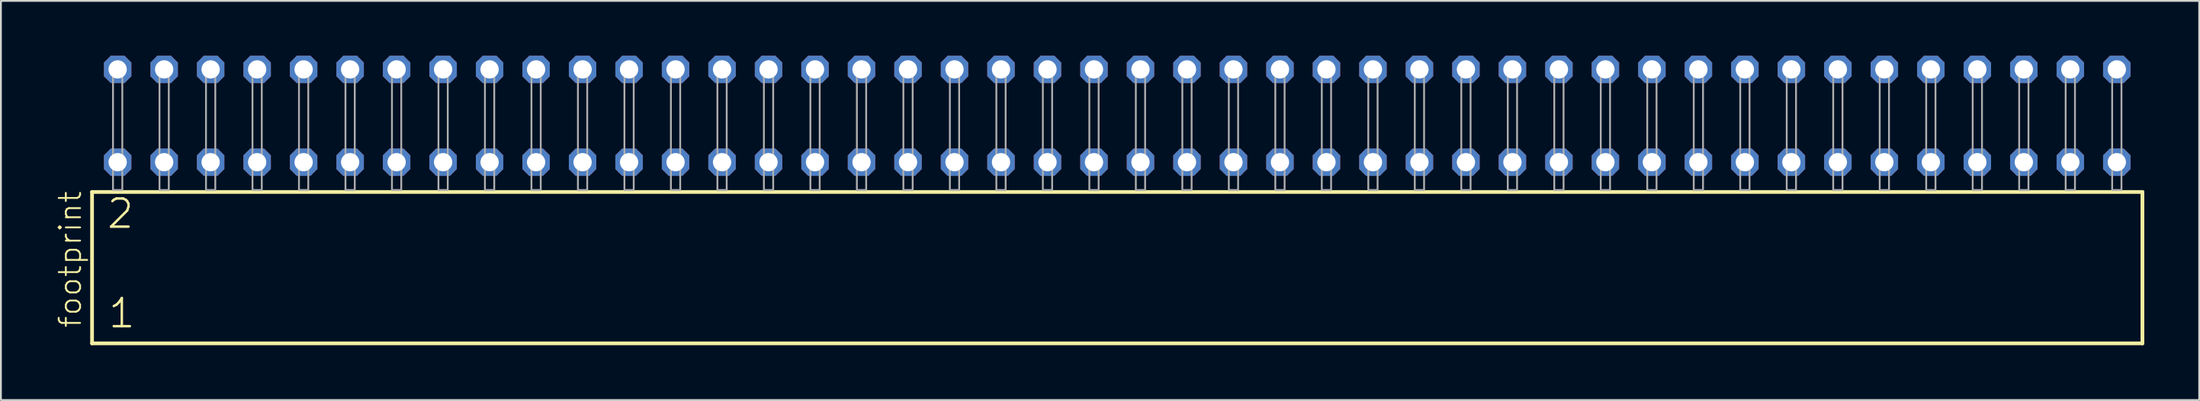
<source format=kicad_pcb>
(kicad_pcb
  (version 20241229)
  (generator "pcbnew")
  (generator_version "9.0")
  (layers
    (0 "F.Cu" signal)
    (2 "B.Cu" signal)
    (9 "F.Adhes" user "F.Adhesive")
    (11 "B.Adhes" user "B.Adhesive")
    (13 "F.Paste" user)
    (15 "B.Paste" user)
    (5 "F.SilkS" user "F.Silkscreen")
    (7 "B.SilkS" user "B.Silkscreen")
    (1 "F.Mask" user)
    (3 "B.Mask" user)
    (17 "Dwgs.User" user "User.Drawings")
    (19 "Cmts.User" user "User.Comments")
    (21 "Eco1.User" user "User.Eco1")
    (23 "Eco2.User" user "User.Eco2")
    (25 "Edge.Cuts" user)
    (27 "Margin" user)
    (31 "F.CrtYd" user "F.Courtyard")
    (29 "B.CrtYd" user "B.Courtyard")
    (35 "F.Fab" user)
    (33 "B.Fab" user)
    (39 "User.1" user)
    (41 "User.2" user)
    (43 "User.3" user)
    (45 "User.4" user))
  (footprint "footprint"
    (layer "F.Cu")
    (at 57.988 7.354)
    (property "Reference" "footprint" (at -56.515 7.62 90) (layer "F.SilkS") (effects (font (size 1.168 1.168) (thickness 0.102)) (justify left bottom)))
    (fp_line (start -56.009 0.106) (end -56.009 8.396) (stroke (width 0.203) (type solid)) (layer "F.SilkS"))
    (fp_line (start -56.009 8.396) (end 56.009 8.396) (stroke (width 0.203) (type solid)) (layer "F.SilkS"))
    (fp_line (start 56.009 0.106) (end -56.009 0.106) (stroke (width 0.203) (type solid)) (layer "F.SilkS"))
    (fp_line (start 56.009 8.396) (end 56.009 0.106) (stroke (width 0.203) (type solid)) (layer "F.SilkS"))
    (fp_poly (pts (xy -54.864 0) (xy -54.356 0) (xy -54.356 -6.858) (xy -54.864 -6.858)) (stroke (width 0.1) (type solid)) (fill no) (layer "F.Fab"))
    (fp_poly (pts (xy -52.324 0) (xy -51.816 0) (xy -51.816 -6.858) (xy -52.324 -6.858)) (stroke (width 0.1) (type solid)) (fill no) (layer "F.Fab"))
    (fp_poly (pts (xy -49.784 0) (xy -49.276 0) (xy -49.276 -6.858) (xy -49.784 -6.858)) (stroke (width 0.1) (type solid)) (fill no) (layer "F.Fab"))
    (fp_poly (pts (xy -47.244 0) (xy -46.736 0) (xy -46.736 -6.858) (xy -47.244 -6.858)) (stroke (width 0.1) (type solid)) (fill no) (layer "F.Fab"))
    (fp_poly (pts (xy -44.704 0) (xy -44.196 0) (xy -44.196 -6.858) (xy -44.704 -6.858)) (stroke (width 0.1) (type solid)) (fill no) (layer "F.Fab"))
    (fp_poly (pts (xy -42.164 0) (xy -41.656 0) (xy -41.656 -6.858) (xy -42.164 -6.858)) (stroke (width 0.1) (type solid)) (fill no) (layer "F.Fab"))
    (fp_poly (pts (xy -39.624 0) (xy -39.116 0) (xy -39.116 -6.858) (xy -39.624 -6.858)) (stroke (width 0.1) (type solid)) (fill no) (layer "F.Fab"))
    (fp_poly (pts (xy -37.084 0) (xy -36.576 0) (xy -36.576 -6.858) (xy -37.084 -6.858)) (stroke (width 0.1) (type solid)) (fill no) (layer "F.Fab"))
    (fp_poly (pts (xy -34.544 0) (xy -34.036 0) (xy -34.036 -6.858) (xy -34.544 -6.858)) (stroke (width 0.1) (type solid)) (fill no) (layer "F.Fab"))
    (fp_poly (pts (xy -32.004 0) (xy -31.496 0) (xy -31.496 -6.858) (xy -32.004 -6.858)) (stroke (width 0.1) (type solid)) (fill no) (layer "F.Fab"))
    (fp_poly (pts (xy -29.464 0) (xy -28.956 0) (xy -28.956 -6.858) (xy -29.464 -6.858)) (stroke (width 0.1) (type solid)) (fill no) (layer "F.Fab"))
    (fp_poly (pts (xy -26.924 0) (xy -26.416 0) (xy -26.416 -6.858) (xy -26.924 -6.858)) (stroke (width 0.1) (type solid)) (fill no) (layer "F.Fab"))
    (fp_poly (pts (xy -24.384 0) (xy -23.876 0) (xy -23.876 -6.858) (xy -24.384 -6.858)) (stroke (width 0.1) (type solid)) (fill no) (layer "F.Fab"))
    (fp_poly (pts (xy -21.844 0) (xy -21.336 0) (xy -21.336 -6.858) (xy -21.844 -6.858)) (stroke (width 0.1) (type solid)) (fill no) (layer "F.Fab"))
    (fp_poly (pts (xy -19.304 0) (xy -18.796 0) (xy -18.796 -6.858) (xy -19.304 -6.858)) (stroke (width 0.1) (type solid)) (fill no) (layer "F.Fab"))
    (fp_poly (pts (xy -16.764 0) (xy -16.256 0) (xy -16.256 -6.858) (xy -16.764 -6.858)) (stroke (width 0.1) (type solid)) (fill no) (layer "F.Fab"))
    (fp_poly (pts (xy -14.224 0) (xy -13.716 0) (xy -13.716 -6.858) (xy -14.224 -6.858)) (stroke (width 0.1) (type solid)) (fill no) (layer "F.Fab"))
    (fp_poly (pts (xy -11.684 0) (xy -11.176 0) (xy -11.176 -6.858) (xy -11.684 -6.858)) (stroke (width 0.1) (type solid)) (fill no) (layer "F.Fab"))
    (fp_poly (pts (xy -9.144 0) (xy -8.636 0) (xy -8.636 -6.858) (xy -9.144 -6.858)) (stroke (width 0.1) (type solid)) (fill no) (layer "F.Fab"))
    (fp_poly (pts (xy -6.604 0) (xy -6.096 0) (xy -6.096 -6.858) (xy -6.604 -6.858)) (stroke (width 0.1) (type solid)) (fill no) (layer "F.Fab"))
    (fp_poly (pts (xy -4.064 0) (xy -3.556 0) (xy -3.556 -6.858) (xy -4.064 -6.858)) (stroke (width 0.1) (type solid)) (fill no) (layer "F.Fab"))
    (fp_poly (pts (xy -1.524 0) (xy -1.016 0) (xy -1.016 -6.858) (xy -1.524 -6.858)) (stroke (width 0.1) (type solid)) (fill no) (layer "F.Fab"))
    (fp_poly (pts (xy 1.016 0) (xy 1.524 0) (xy 1.524 -6.858) (xy 1.016 -6.858)) (stroke (width 0.1) (type solid)) (fill no) (layer "F.Fab"))
    (fp_poly (pts (xy 3.556 0) (xy 4.064 0) (xy 4.064 -6.858) (xy 3.556 -6.858)) (stroke (width 0.1) (type solid)) (fill no) (layer "F.Fab"))
    (fp_poly (pts (xy 6.096 0) (xy 6.604 0) (xy 6.604 -6.858) (xy 6.096 -6.858)) (stroke (width 0.1) (type solid)) (fill no) (layer "F.Fab"))
    (fp_poly (pts (xy 8.636 0) (xy 9.144 0) (xy 9.144 -6.858) (xy 8.636 -6.858)) (stroke (width 0.1) (type solid)) (fill no) (layer "F.Fab"))
    (fp_poly (pts (xy 11.176 0) (xy 11.684 0) (xy 11.684 -6.858) (xy 11.176 -6.858)) (stroke (width 0.1) (type solid)) (fill no) (layer "F.Fab"))
    (fp_poly (pts (xy 13.716 0) (xy 14.224 0) (xy 14.224 -6.858) (xy 13.716 -6.858)) (stroke (width 0.1) (type solid)) (fill no) (layer "F.Fab"))
    (fp_poly (pts (xy 16.256 0) (xy 16.764 0) (xy 16.764 -6.858) (xy 16.256 -6.858)) (stroke (width 0.1) (type solid)) (fill no) (layer "F.Fab"))
    (fp_poly (pts (xy 18.796 0) (xy 19.304 0) (xy 19.304 -6.858) (xy 18.796 -6.858)) (stroke (width 0.1) (type solid)) (fill no) (layer "F.Fab"))
    (fp_poly (pts (xy 21.336 0) (xy 21.844 0) (xy 21.844 -6.858) (xy 21.336 -6.858)) (stroke (width 0.1) (type solid)) (fill no) (layer "F.Fab"))
    (fp_poly (pts (xy 23.876 0) (xy 24.384 0) (xy 24.384 -6.858) (xy 23.876 -6.858)) (stroke (width 0.1) (type solid)) (fill no) (layer "F.Fab"))
    (fp_poly (pts (xy 26.416 0) (xy 26.924 0) (xy 26.924 -6.858) (xy 26.416 -6.858)) (stroke (width 0.1) (type solid)) (fill no) (layer "F.Fab"))
    (fp_poly (pts (xy 28.956 0) (xy 29.464 0) (xy 29.464 -6.858) (xy 28.956 -6.858)) (stroke (width 0.1) (type solid)) (fill no) (layer "F.Fab"))
    (fp_poly (pts (xy 31.496 0) (xy 32.004 0) (xy 32.004 -6.858) (xy 31.496 -6.858)) (stroke (width 0.1) (type solid)) (fill no) (layer "F.Fab"))
    (fp_poly (pts (xy 34.036 0) (xy 34.544 0) (xy 34.544 -6.858) (xy 34.036 -6.858)) (stroke (width 0.1) (type solid)) (fill no) (layer "F.Fab"))
    (fp_poly (pts (xy 36.576 0) (xy 37.084 0) (xy 37.084 -6.858) (xy 36.576 -6.858)) (stroke (width 0.1) (type solid)) (fill no) (layer "F.Fab"))
    (fp_poly (pts (xy 39.116 0) (xy 39.624 0) (xy 39.624 -6.858) (xy 39.116 -6.858)) (stroke (width 0.1) (type solid)) (fill no) (layer "F.Fab"))
    (fp_poly (pts (xy 41.656 0) (xy 42.164 0) (xy 42.164 -6.858) (xy 41.656 -6.858)) (stroke (width 0.1) (type solid)) (fill no) (layer "F.Fab"))
    (fp_poly (pts (xy 44.196 0) (xy 44.704 0) (xy 44.704 -6.858) (xy 44.196 -6.858)) (stroke (width 0.1) (type solid)) (fill no) (layer "F.Fab"))
    (fp_poly (pts (xy 46.736 0) (xy 47.244 0) (xy 47.244 -6.858) (xy 46.736 -6.858)) (stroke (width 0.1) (type solid)) (fill no) (layer "F.Fab"))
    (fp_poly (pts (xy 49.276 0) (xy 49.784 0) (xy 49.784 -6.858) (xy 49.276 -6.858)) (stroke (width 0.1) (type solid)) (fill no) (layer "F.Fab"))
    (fp_poly (pts (xy 51.816 0) (xy 52.324 0) (xy 52.324 -6.858) (xy 51.816 -6.858)) (stroke (width 0.1) (type solid)) (fill no) (layer "F.Fab"))
    (fp_poly (pts (xy 54.356 0) (xy 54.864 0) (xy 54.864 -6.858) (xy 54.356 -6.858)) (stroke (width 0.1) (type solid)) (fill no) (layer "F.Fab"))
    (fp_text user "2" (at -55.28 2.2 0) (layer "F.SilkS") (effects (font (size 1.542 1.542) (thickness 0.134)) (justify left bottom)))
    (fp_text user "1" (at -55.205 7.65 0) (layer "F.SilkS") (effects (font (size 1.542 1.542) (thickness 0.134)) (justify left bottom)))
    (pad "1" thru_hole roundrect (at -54.61 -1.524) (size 1.5 1.5) (drill 1) (layers "*.Cu" "*.Mask") (roundrect_rratio 0.25) (chamfer_ratio 0.25) (chamfer top_left top_right bottom_left bottom_right))
    (pad "2" thru_hole roundrect (at -54.61 -6.604) (size 1.5 1.5) (drill 1) (layers "*.Cu" "*.Mask") (roundrect_rratio 0.25) (chamfer_ratio 0.25) (chamfer top_left top_right bottom_left bottom_right))
    (pad "3" thru_hole roundrect (at -52.07 -1.524) (size 1.5 1.5) (drill 1) (layers "*.Cu" "*.Mask") (roundrect_rratio 0.25) (chamfer_ratio 0.25) (chamfer top_left top_right bottom_left bottom_right))
    (pad "4" thru_hole roundrect (at -52.07 -6.604) (size 1.5 1.5) (drill 1) (layers "*.Cu" "*.Mask") (roundrect_rratio 0.25) (chamfer_ratio 0.25) (chamfer top_left top_right bottom_left bottom_right))
    (pad "5" thru_hole roundrect (at -49.53 -1.524) (size 1.5 1.5) (drill 1) (layers "*.Cu" "*.Mask") (roundrect_rratio 0.25) (chamfer_ratio 0.25) (chamfer top_left top_right bottom_left bottom_right))
    (pad "6" thru_hole roundrect (at -49.53 -6.604) (size 1.5 1.5) (drill 1) (layers "*.Cu" "*.Mask") (roundrect_rratio 0.25) (chamfer_ratio 0.25) (chamfer top_left top_right bottom_left bottom_right))
    (pad "7" thru_hole roundrect (at -46.99 -1.524) (size 1.5 1.5) (drill 1) (layers "*.Cu" "*.Mask") (roundrect_rratio 0.25) (chamfer_ratio 0.25) (chamfer top_left top_right bottom_left bottom_right))
    (pad "8" thru_hole roundrect (at -46.99 -6.604) (size 1.5 1.5) (drill 1) (layers "*.Cu" "*.Mask") (roundrect_rratio 0.25) (chamfer_ratio 0.25) (chamfer top_left top_right bottom_left bottom_right))
    (pad "9" thru_hole roundrect (at -44.45 -1.524) (size 1.5 1.5) (drill 1) (layers "*.Cu" "*.Mask") (roundrect_rratio 0.25) (chamfer_ratio 0.25) (chamfer top_left top_right bottom_left bottom_right))
    (pad "10" thru_hole roundrect (at -44.45 -6.604) (size 1.5 1.5) (drill 1) (layers "*.Cu" "*.Mask") (roundrect_rratio 0.25) (chamfer_ratio 0.25) (chamfer top_left top_right bottom_left bottom_right))
    (pad "11" thru_hole roundrect (at -41.91 -1.524) (size 1.5 1.5) (drill 1) (layers "*.Cu" "*.Mask") (roundrect_rratio 0.25) (chamfer_ratio 0.25) (chamfer top_left top_right bottom_left bottom_right))
    (pad "12" thru_hole roundrect (at -41.91 -6.604) (size 1.5 1.5) (drill 1) (layers "*.Cu" "*.Mask") (roundrect_rratio 0.25) (chamfer_ratio 0.25) (chamfer top_left top_right bottom_left bottom_right))
    (pad "13" thru_hole roundrect (at -39.37 -1.524) (size 1.5 1.5) (drill 1) (layers "*.Cu" "*.Mask") (roundrect_rratio 0.25) (chamfer_ratio 0.25) (chamfer top_left top_right bottom_left bottom_right))
    (pad "14" thru_hole roundrect (at -39.37 -6.604) (size 1.5 1.5) (drill 1) (layers "*.Cu" "*.Mask") (roundrect_rratio 0.25) (chamfer_ratio 0.25) (chamfer top_left top_right bottom_left bottom_right))
    (pad "15" thru_hole roundrect (at -36.83 -1.524) (size 1.5 1.5) (drill 1) (layers "*.Cu" "*.Mask") (roundrect_rratio 0.25) (chamfer_ratio 0.25) (chamfer top_left top_right bottom_left bottom_right))
    (pad "16" thru_hole roundrect (at -36.83 -6.604) (size 1.5 1.5) (drill 1) (layers "*.Cu" "*.Mask") (roundrect_rratio 0.25) (chamfer_ratio 0.25) (chamfer top_left top_right bottom_left bottom_right))
    (pad "17" thru_hole roundrect (at -34.29 -1.524) (size 1.5 1.5) (drill 1) (layers "*.Cu" "*.Mask") (roundrect_rratio 0.25) (chamfer_ratio 0.25) (chamfer top_left top_right bottom_left bottom_right))
    (pad "18" thru_hole roundrect (at -34.29 -6.604) (size 1.5 1.5) (drill 1) (layers "*.Cu" "*.Mask") (roundrect_rratio 0.25) (chamfer_ratio 0.25) (chamfer top_left top_right bottom_left bottom_right))
    (pad "19" thru_hole roundrect (at -31.75 -1.524) (size 1.5 1.5) (drill 1) (layers "*.Cu" "*.Mask") (roundrect_rratio 0.25) (chamfer_ratio 0.25) (chamfer top_left top_right bottom_left bottom_right))
    (pad "20" thru_hole roundrect (at -31.75 -6.604) (size 1.5 1.5) (drill 1) (layers "*.Cu" "*.Mask") (roundrect_rratio 0.25) (chamfer_ratio 0.25) (chamfer top_left top_right bottom_left bottom_right))
    (pad "21" thru_hole roundrect (at -29.21 -1.524) (size 1.5 1.5) (drill 1) (layers "*.Cu" "*.Mask") (roundrect_rratio 0.25) (chamfer_ratio 0.25) (chamfer top_left top_right bottom_left bottom_right))
    (pad "22" thru_hole roundrect (at -29.21 -6.604) (size 1.5 1.5) (drill 1) (layers "*.Cu" "*.Mask") (roundrect_rratio 0.25) (chamfer_ratio 0.25) (chamfer top_left top_right bottom_left bottom_right))
    (pad "23" thru_hole roundrect (at -26.67 -1.524) (size 1.5 1.5) (drill 1) (layers "*.Cu" "*.Mask") (roundrect_rratio 0.25) (chamfer_ratio 0.25) (chamfer top_left top_right bottom_left bottom_right))
    (pad "24" thru_hole roundrect (at -26.67 -6.604) (size 1.5 1.5) (drill 1) (layers "*.Cu" "*.Mask") (roundrect_rratio 0.25) (chamfer_ratio 0.25) (chamfer top_left top_right bottom_left bottom_right))
    (pad "25" thru_hole roundrect (at -24.13 -1.524) (size 1.5 1.5) (drill 1) (layers "*.Cu" "*.Mask") (roundrect_rratio 0.25) (chamfer_ratio 0.25) (chamfer top_left top_right bottom_left bottom_right))
    (pad "26" thru_hole roundrect (at -24.13 -6.604) (size 1.5 1.5) (drill 1) (layers "*.Cu" "*.Mask") (roundrect_rratio 0.25) (chamfer_ratio 0.25) (chamfer top_left top_right bottom_left bottom_right))
    (pad "27" thru_hole roundrect (at -21.59 -1.524) (size 1.5 1.5) (drill 1) (layers "*.Cu" "*.Mask") (roundrect_rratio 0.25) (chamfer_ratio 0.25) (chamfer top_left top_right bottom_left bottom_right))
    (pad "28" thru_hole roundrect (at -21.59 -6.604) (size 1.5 1.5) (drill 1) (layers "*.Cu" "*.Mask") (roundrect_rratio 0.25) (chamfer_ratio 0.25) (chamfer top_left top_right bottom_left bottom_right))
    (pad "29" thru_hole roundrect (at -19.05 -1.524) (size 1.5 1.5) (drill 1) (layers "*.Cu" "*.Mask") (roundrect_rratio 0.25) (chamfer_ratio 0.25) (chamfer top_left top_right bottom_left bottom_right))
    (pad "30" thru_hole roundrect (at -19.05 -6.604) (size 1.5 1.5) (drill 1) (layers "*.Cu" "*.Mask") (roundrect_rratio 0.25) (chamfer_ratio 0.25) (chamfer top_left top_right bottom_left bottom_right))
    (pad "31" thru_hole roundrect (at -16.51 -1.524) (size 1.5 1.5) (drill 1) (layers "*.Cu" "*.Mask") (roundrect_rratio 0.25) (chamfer_ratio 0.25) (chamfer top_left top_right bottom_left bottom_right))
    (pad "32" thru_hole roundrect (at -16.51 -6.604) (size 1.5 1.5) (drill 1) (layers "*.Cu" "*.Mask") (roundrect_rratio 0.25) (chamfer_ratio 0.25) (chamfer top_left top_right bottom_left bottom_right))
    (pad "33" thru_hole roundrect (at -13.97 -1.524) (size 1.5 1.5) (drill 1) (layers "*.Cu" "*.Mask") (roundrect_rratio 0.25) (chamfer_ratio 0.25) (chamfer top_left top_right bottom_left bottom_right))
    (pad "34" thru_hole roundrect (at -13.97 -6.604) (size 1.5 1.5) (drill 1) (layers "*.Cu" "*.Mask") (roundrect_rratio 0.25) (chamfer_ratio 0.25) (chamfer top_left top_right bottom_left bottom_right))
    (pad "35" thru_hole roundrect (at -11.43 -1.524) (size 1.5 1.5) (drill 1) (layers "*.Cu" "*.Mask") (roundrect_rratio 0.25) (chamfer_ratio 0.25) (chamfer top_left top_right bottom_left bottom_right))
    (pad "36" thru_hole roundrect (at -11.43 -6.604) (size 1.5 1.5) (drill 1) (layers "*.Cu" "*.Mask") (roundrect_rratio 0.25) (chamfer_ratio 0.25) (chamfer top_left top_right bottom_left bottom_right))
    (pad "37" thru_hole roundrect (at -8.89 -1.524) (size 1.5 1.5) (drill 1) (layers "*.Cu" "*.Mask") (roundrect_rratio 0.25) (chamfer_ratio 0.25) (chamfer top_left top_right bottom_left bottom_right))
    (pad "38" thru_hole roundrect (at -8.89 -6.604) (size 1.5 1.5) (drill 1) (layers "*.Cu" "*.Mask") (roundrect_rratio 0.25) (chamfer_ratio 0.25) (chamfer top_left top_right bottom_left bottom_right))
    (pad "39" thru_hole roundrect (at -6.35 -1.524) (size 1.5 1.5) (drill 1) (layers "*.Cu" "*.Mask") (roundrect_rratio 0.25) (chamfer_ratio 0.25) (chamfer top_left top_right bottom_left bottom_right))
    (pad "40" thru_hole roundrect (at -6.35 -6.604) (size 1.5 1.5) (drill 1) (layers "*.Cu" "*.Mask") (roundrect_rratio 0.25) (chamfer_ratio 0.25) (chamfer top_left top_right bottom_left bottom_right))
    (pad "41" thru_hole roundrect (at -3.81 -1.524) (size 1.5 1.5) (drill 1) (layers "*.Cu" "*.Mask") (roundrect_rratio 0.25) (chamfer_ratio 0.25) (chamfer top_left top_right bottom_left bottom_right))
    (pad "42" thru_hole roundrect (at -3.81 -6.604) (size 1.5 1.5) (drill 1) (layers "*.Cu" "*.Mask") (roundrect_rratio 0.25) (chamfer_ratio 0.25) (chamfer top_left top_right bottom_left bottom_right))
    (pad "43" thru_hole roundrect (at -1.27 -1.524) (size 1.5 1.5) (drill 1) (layers "*.Cu" "*.Mask") (roundrect_rratio 0.25) (chamfer_ratio 0.25) (chamfer top_left top_right bottom_left bottom_right))
    (pad "44" thru_hole roundrect (at -1.27 -6.604) (size 1.5 1.5) (drill 1) (layers "*.Cu" "*.Mask") (roundrect_rratio 0.25) (chamfer_ratio 0.25) (chamfer top_left top_right bottom_left bottom_right))
    (pad "45" thru_hole roundrect (at 1.27 -1.524) (size 1.5 1.5) (drill 1) (layers "*.Cu" "*.Mask") (roundrect_rratio 0.25) (chamfer_ratio 0.25) (chamfer top_left top_right bottom_left bottom_right))
    (pad "46" thru_hole roundrect (at 1.27 -6.604) (size 1.5 1.5) (drill 1) (layers "*.Cu" "*.Mask") (roundrect_rratio 0.25) (chamfer_ratio 0.25) (chamfer top_left top_right bottom_left bottom_right))
    (pad "47" thru_hole roundrect (at 3.81 -1.524) (size 1.5 1.5) (drill 1) (layers "*.Cu" "*.Mask") (roundrect_rratio 0.25) (chamfer_ratio 0.25) (chamfer top_left top_right bottom_left bottom_right))
    (pad "48" thru_hole roundrect (at 3.81 -6.604) (size 1.5 1.5) (drill 1) (layers "*.Cu" "*.Mask") (roundrect_rratio 0.25) (chamfer_ratio 0.25) (chamfer top_left top_right bottom_left bottom_right))
    (pad "49" thru_hole roundrect (at 6.35 -1.524) (size 1.5 1.5) (drill 1) (layers "*.Cu" "*.Mask") (roundrect_rratio 0.25) (chamfer_ratio 0.25) (chamfer top_left top_right bottom_left bottom_right))
    (pad "50" thru_hole roundrect (at 6.35 -6.604) (size 1.5 1.5) (drill 1) (layers "*.Cu" "*.Mask") (roundrect_rratio 0.25) (chamfer_ratio 0.25) (chamfer top_left top_right bottom_left bottom_right))
    (pad "51" thru_hole roundrect (at 8.89 -1.524) (size 1.5 1.5) (drill 1) (layers "*.Cu" "*.Mask") (roundrect_rratio 0.25) (chamfer_ratio 0.25) (chamfer top_left top_right bottom_left bottom_right))
    (pad "52" thru_hole roundrect (at 8.89 -6.604) (size 1.5 1.5) (drill 1) (layers "*.Cu" "*.Mask") (roundrect_rratio 0.25) (chamfer_ratio 0.25) (chamfer top_left top_right bottom_left bottom_right))
    (pad "53" thru_hole roundrect (at 11.43 -1.524) (size 1.5 1.5) (drill 1) (layers "*.Cu" "*.Mask") (roundrect_rratio 0.25) (chamfer_ratio 0.25) (chamfer top_left top_right bottom_left bottom_right))
    (pad "54" thru_hole roundrect (at 11.43 -6.604) (size 1.5 1.5) (drill 1) (layers "*.Cu" "*.Mask") (roundrect_rratio 0.25) (chamfer_ratio 0.25) (chamfer top_left top_right bottom_left bottom_right))
    (pad "55" thru_hole roundrect (at 13.97 -1.524) (size 1.5 1.5) (drill 1) (layers "*.Cu" "*.Mask") (roundrect_rratio 0.25) (chamfer_ratio 0.25) (chamfer top_left top_right bottom_left bottom_right))
    (pad "56" thru_hole roundrect (at 13.97 -6.604) (size 1.5 1.5) (drill 1) (layers "*.Cu" "*.Mask") (roundrect_rratio 0.25) (chamfer_ratio 0.25) (chamfer top_left top_right bottom_left bottom_right))
    (pad "57" thru_hole roundrect (at 16.51 -1.524) (size 1.5 1.5) (drill 1) (layers "*.Cu" "*.Mask") (roundrect_rratio 0.25) (chamfer_ratio 0.25) (chamfer top_left top_right bottom_left bottom_right))
    (pad "58" thru_hole roundrect (at 16.51 -6.604) (size 1.5 1.5) (drill 1) (layers "*.Cu" "*.Mask") (roundrect_rratio 0.25) (chamfer_ratio 0.25) (chamfer top_left top_right bottom_left bottom_right))
    (pad "59" thru_hole roundrect (at 19.05 -1.524) (size 1.5 1.5) (drill 1) (layers "*.Cu" "*.Mask") (roundrect_rratio 0.25) (chamfer_ratio 0.25) (chamfer top_left top_right bottom_left bottom_right))
    (pad "60" thru_hole roundrect (at 19.05 -6.604) (size 1.5 1.5) (drill 1) (layers "*.Cu" "*.Mask") (roundrect_rratio 0.25) (chamfer_ratio 0.25) (chamfer top_left top_right bottom_left bottom_right))
    (pad "61" thru_hole roundrect (at 21.59 -1.524) (size 1.5 1.5) (drill 1) (layers "*.Cu" "*.Mask") (roundrect_rratio 0.25) (chamfer_ratio 0.25) (chamfer top_left top_right bottom_left bottom_right))
    (pad "62" thru_hole roundrect (at 21.59 -6.604) (size 1.5 1.5) (drill 1) (layers "*.Cu" "*.Mask") (roundrect_rratio 0.25) (chamfer_ratio 0.25) (chamfer top_left top_right bottom_left bottom_right))
    (pad "63" thru_hole roundrect (at 24.13 -1.524) (size 1.5 1.5) (drill 1) (layers "*.Cu" "*.Mask") (roundrect_rratio 0.25) (chamfer_ratio 0.25) (chamfer top_left top_right bottom_left bottom_right))
    (pad "64" thru_hole roundrect (at 24.13 -6.604) (size 1.5 1.5) (drill 1) (layers "*.Cu" "*.Mask") (roundrect_rratio 0.25) (chamfer_ratio 0.25) (chamfer top_left top_right bottom_left bottom_right))
    (pad "65" thru_hole roundrect (at 26.67 -1.524) (size 1.5 1.5) (drill 1) (layers "*.Cu" "*.Mask") (roundrect_rratio 0.25) (chamfer_ratio 0.25) (chamfer top_left top_right bottom_left bottom_right))
    (pad "66" thru_hole roundrect (at 26.67 -6.604) (size 1.5 1.5) (drill 1) (layers "*.Cu" "*.Mask") (roundrect_rratio 0.25) (chamfer_ratio 0.25) (chamfer top_left top_right bottom_left bottom_right))
    (pad "67" thru_hole roundrect (at 29.21 -1.524) (size 1.5 1.5) (drill 1) (layers "*.Cu" "*.Mask") (roundrect_rratio 0.25) (chamfer_ratio 0.25) (chamfer top_left top_right bottom_left bottom_right))
    (pad "68" thru_hole roundrect (at 29.21 -6.604) (size 1.5 1.5) (drill 1) (layers "*.Cu" "*.Mask") (roundrect_rratio 0.25) (chamfer_ratio 0.25) (chamfer top_left top_right bottom_left bottom_right))
    (pad "69" thru_hole roundrect (at 31.75 -1.524) (size 1.5 1.5) (drill 1) (layers "*.Cu" "*.Mask") (roundrect_rratio 0.25) (chamfer_ratio 0.25) (chamfer top_left top_right bottom_left bottom_right))
    (pad "70" thru_hole roundrect (at 31.75 -6.604) (size 1.5 1.5) (drill 1) (layers "*.Cu" "*.Mask") (roundrect_rratio 0.25) (chamfer_ratio 0.25) (chamfer top_left top_right bottom_left bottom_right))
    (pad "71" thru_hole roundrect (at 34.29 -1.524) (size 1.5 1.5) (drill 1) (layers "*.Cu" "*.Mask") (roundrect_rratio 0.25) (chamfer_ratio 0.25) (chamfer top_left top_right bottom_left bottom_right))
    (pad "72" thru_hole roundrect (at 34.29 -6.604) (size 1.5 1.5) (drill 1) (layers "*.Cu" "*.Mask") (roundrect_rratio 0.25) (chamfer_ratio 0.25) (chamfer top_left top_right bottom_left bottom_right))
    (pad "73" thru_hole roundrect (at 36.83 -1.524) (size 1.5 1.5) (drill 1) (layers "*.Cu" "*.Mask") (roundrect_rratio 0.25) (chamfer_ratio 0.25) (chamfer top_left top_right bottom_left bottom_right))
    (pad "74" thru_hole roundrect (at 36.83 -6.604) (size 1.5 1.5) (drill 1) (layers "*.Cu" "*.Mask") (roundrect_rratio 0.25) (chamfer_ratio 0.25) (chamfer top_left top_right bottom_left bottom_right))
    (pad "75" thru_hole roundrect (at 39.37 -1.524) (size 1.5 1.5) (drill 1) (layers "*.Cu" "*.Mask") (roundrect_rratio 0.25) (chamfer_ratio 0.25) (chamfer top_left top_right bottom_left bottom_right))
    (pad "76" thru_hole roundrect (at 39.37 -6.604) (size 1.5 1.5) (drill 1) (layers "*.Cu" "*.Mask") (roundrect_rratio 0.25) (chamfer_ratio 0.25) (chamfer top_left top_right bottom_left bottom_right))
    (pad "77" thru_hole roundrect (at 41.91 -1.524) (size 1.5 1.5) (drill 1) (layers "*.Cu" "*.Mask") (roundrect_rratio 0.25) (chamfer_ratio 0.25) (chamfer top_left top_right bottom_left bottom_right))
    (pad "78" thru_hole roundrect (at 41.91 -6.604) (size 1.5 1.5) (drill 1) (layers "*.Cu" "*.Mask") (roundrect_rratio 0.25) (chamfer_ratio 0.25) (chamfer top_left top_right bottom_left bottom_right))
    (pad "79" thru_hole roundrect (at 44.45 -1.524) (size 1.5 1.5) (drill 1) (layers "*.Cu" "*.Mask") (roundrect_rratio 0.25) (chamfer_ratio 0.25) (chamfer top_left top_right bottom_left bottom_right))
    (pad "80" thru_hole roundrect (at 44.45 -6.604) (size 1.5 1.5) (drill 1) (layers "*.Cu" "*.Mask") (roundrect_rratio 0.25) (chamfer_ratio 0.25) (chamfer top_left top_right bottom_left bottom_right))
    (pad "81" thru_hole roundrect (at 46.99 -1.524) (size 1.5 1.5) (drill 1) (layers "*.Cu" "*.Mask") (roundrect_rratio 0.25) (chamfer_ratio 0.25) (chamfer top_left top_right bottom_left bottom_right))
    (pad "82" thru_hole roundrect (at 46.99 -6.604) (size 1.5 1.5) (drill 1) (layers "*.Cu" "*.Mask") (roundrect_rratio 0.25) (chamfer_ratio 0.25) (chamfer top_left top_right bottom_left bottom_right))
    (pad "83" thru_hole roundrect (at 49.53 -1.524) (size 1.5 1.5) (drill 1) (layers "*.Cu" "*.Mask") (roundrect_rratio 0.25) (chamfer_ratio 0.25) (chamfer top_left top_right bottom_left bottom_right))
    (pad "84" thru_hole roundrect (at 49.53 -6.604) (size 1.5 1.5) (drill 1) (layers "*.Cu" "*.Mask") (roundrect_rratio 0.25) (chamfer_ratio 0.25) (chamfer top_left top_right bottom_left bottom_right))
    (pad "85" thru_hole roundrect (at 52.07 -1.524) (size 1.5 1.5) (drill 1) (layers "*.Cu" "*.Mask") (roundrect_rratio 0.25) (chamfer_ratio 0.25) (chamfer top_left top_right bottom_left bottom_right))
    (pad "86" thru_hole roundrect (at 52.07 -6.604) (size 1.5 1.5) (drill 1) (layers "*.Cu" "*.Mask") (roundrect_rratio 0.25) (chamfer_ratio 0.25) (chamfer top_left top_right bottom_left bottom_right))
    (pad "87" thru_hole roundrect (at 54.61 -1.524) (size 1.5 1.5) (drill 1) (layers "*.Cu" "*.Mask") (roundrect_rratio 0.25) (chamfer_ratio 0.25) (chamfer top_left top_right bottom_left bottom_right))
    (pad "88" thru_hole roundrect (at 54.61 -6.604) (size 1.5 1.5) (drill 1) (layers "*.Cu" "*.Mask") (roundrect_rratio 0.25) (chamfer_ratio 0.25) (chamfer top_left top_right bottom_left bottom_right)))
  (gr_rect
    (start -3 -3)
    (end 117.099 18.852)
    (stroke (width 0.1) (type default))
    (fill no)
    (layer "Edge.Cuts")))
</source>
